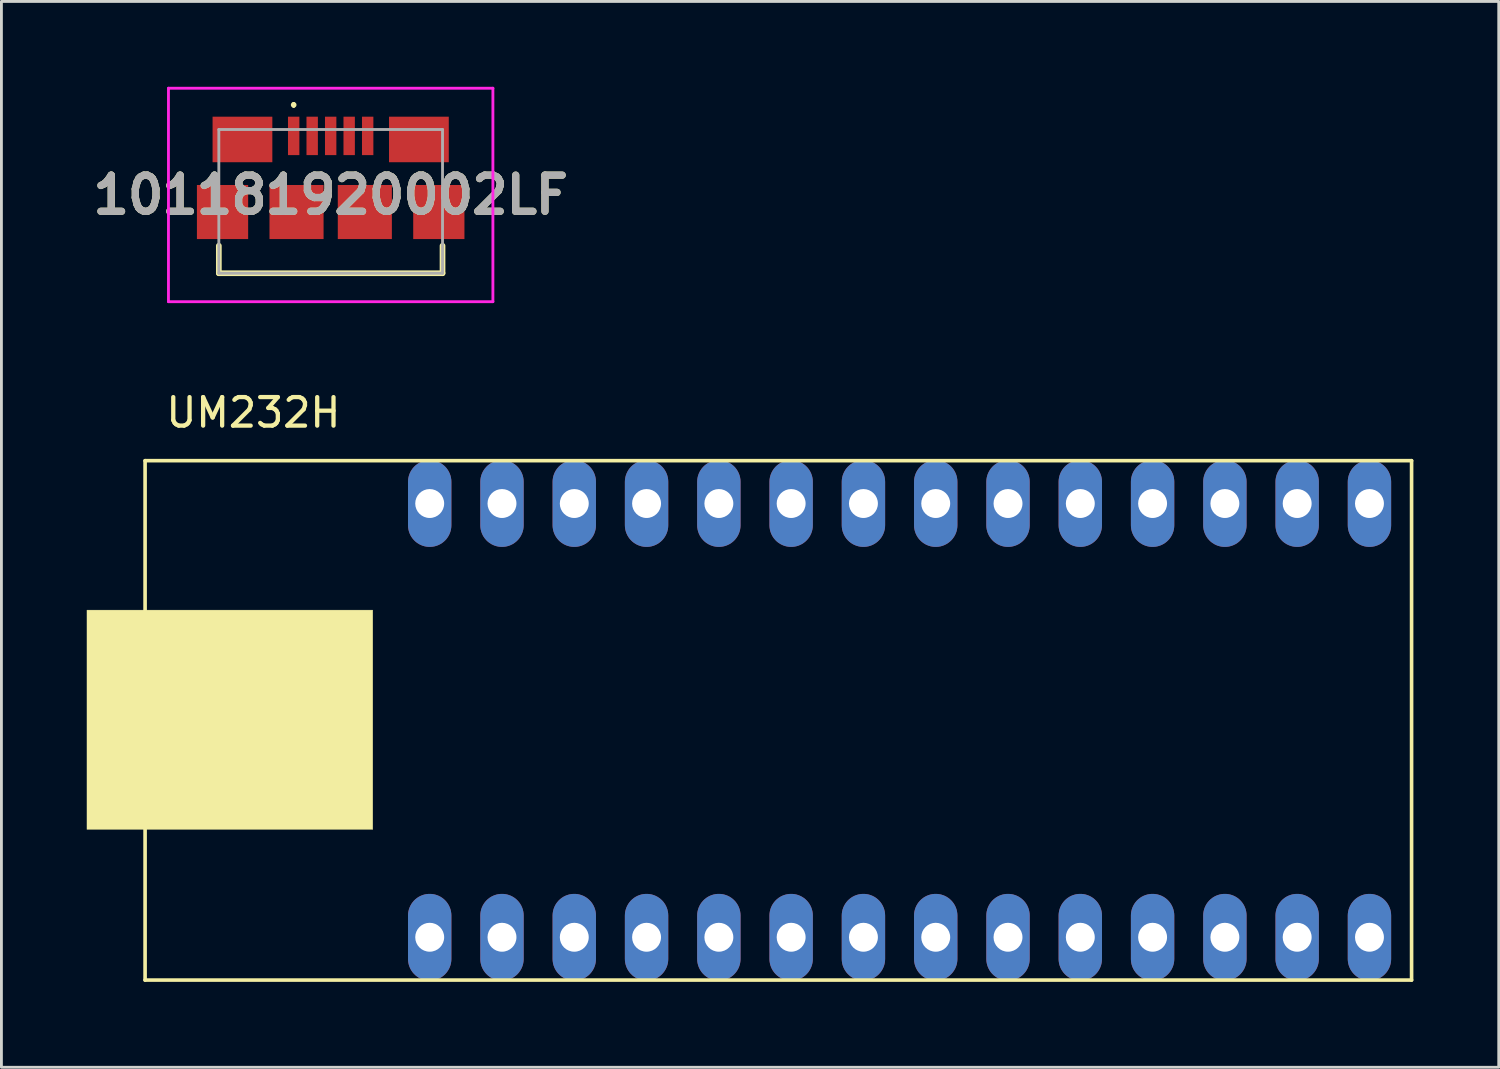
<source format=kicad_pcb>
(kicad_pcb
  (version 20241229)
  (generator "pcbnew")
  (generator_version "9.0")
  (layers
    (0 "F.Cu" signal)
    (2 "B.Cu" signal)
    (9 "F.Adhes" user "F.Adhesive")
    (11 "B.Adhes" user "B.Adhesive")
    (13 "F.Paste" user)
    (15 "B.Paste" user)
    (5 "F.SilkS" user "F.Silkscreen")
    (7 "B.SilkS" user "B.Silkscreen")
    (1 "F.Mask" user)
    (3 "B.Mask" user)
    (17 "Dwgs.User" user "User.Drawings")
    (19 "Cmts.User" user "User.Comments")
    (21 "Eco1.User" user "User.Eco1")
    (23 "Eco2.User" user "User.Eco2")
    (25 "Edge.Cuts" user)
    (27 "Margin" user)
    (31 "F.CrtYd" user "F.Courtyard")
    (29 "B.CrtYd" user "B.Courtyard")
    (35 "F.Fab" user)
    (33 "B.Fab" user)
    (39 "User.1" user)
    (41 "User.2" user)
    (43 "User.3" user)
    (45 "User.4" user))
  (footprint "101181920002LF"
    (layer "F.Cu")
    (at 8.569 4.025)
    (property "Reference" "101181920002LF" (at 0 -0.225 0) (layer "F.SilkS") (effects (font (size 1.27 1.27) (thickness 0.254))))
    (attr smd)
    (fp_line (start -3.93 1.56) (end -3.93 2.525) (stroke (width 0.2) (type solid)) (layer "F.SilkS"))
    (fp_line (start -3.93 2.525) (end 3.93 2.525) (stroke (width 0.2) (type solid)) (layer "F.SilkS"))
    (fp_line (start -1.3 -3.44) (end -1.3 -3.44) (stroke (width 0.1) (type solid)) (layer "F.SilkS"))
    (fp_line (start -1.3 -3.34) (end -1.3 -3.34) (stroke (width 0.1) (type solid)) (layer "F.SilkS"))
    (fp_line (start 3.93 2.525) (end 3.93 1.56) (stroke (width 0.2) (type solid)) (layer "F.SilkS"))
    (fp_arc (start -1.3 -3.44) (mid -1.25 -3.39) (end -1.3 -3.34) (stroke (width 0.1) (type solid)) (layer "F.SilkS"))
    (fp_arc (start -1.3 -3.34) (mid -1.35 -3.39) (end -1.3 -3.44) (stroke (width 0.1) (type solid)) (layer "F.SilkS"))
    (fp_line (start -5.7 -3.975) (end 5.7 -3.975) (stroke (width 0.1) (type solid)) (layer "F.CrtYd"))
    (fp_line (start -5.7 3.525) (end -5.7 -3.975) (stroke (width 0.1) (type solid)) (layer "F.CrtYd"))
    (fp_line (start 5.7 -3.975) (end 5.7 3.525) (stroke (width 0.1) (type solid)) (layer "F.CrtYd"))
    (fp_line (start 5.7 3.525) (end -5.7 3.525) (stroke (width 0.1) (type solid)) (layer "F.CrtYd"))
    (fp_line (start -3.93 -2.525) (end 3.93 -2.525) (stroke (width 0.1) (type solid)) (layer "F.Fab"))
    (fp_line (start -3.93 2.525) (end -3.93 -2.525) (stroke (width 0.1) (type solid)) (layer "F.Fab"))
    (fp_line (start 3.93 -2.525) (end 3.93 2.525) (stroke (width 0.1) (type solid)) (layer "F.Fab"))
    (fp_line (start 3.93 2.525) (end -3.93 2.525) (stroke (width 0.1) (type solid)) (layer "F.Fab"))
    (fp_text user "${REFERENCE}" (at 0 -0.225 0) (layer "F.Fab") (effects (font (size 1.27 1.27) (thickness 0.254))))
    (pad "1" smd rect (at -1.3 -2.3) (size 0.4 1.35) (layers "F.Cu" "F.Mask" "F.Paste"))
    (pad "2" smd rect (at -0.65 -2.3) (size 0.4 1.35) (layers "F.Cu" "F.Mask" "F.Paste"))
    (pad "3" smd rect (at 0 -2.3) (size 0.4 1.35) (layers "F.Cu" "F.Mask" "F.Paste"))
    (pad "4" smd rect (at 0.65 -2.3) (size 0.4 1.35) (layers "F.Cu" "F.Mask" "F.Paste"))
    (pad "5" smd rect (at 1.3 -2.3) (size 0.4 1.35) (layers "F.Cu" "F.Mask" "F.Paste"))
    (pad "MP1" smd rect (at -3.1 -2.175 90) (size 1.6 2.1) (layers "F.Cu" "F.Mask" "F.Paste"))
    (pad "MP2" smd rect (at 3.1 -2.175 90) (size 1.6 2.1) (layers "F.Cu" "F.Mask" "F.Paste"))
    (pad "MP3" smd rect (at -3.8 0.375) (size 1.8 1.9) (layers "F.Cu" "F.Mask" "F.Paste"))
    (pad "MP4" smd rect (at 3.8 0.375) (size 1.8 1.9) (layers "F.Cu" "F.Mask" "F.Paste"))
    (pad "MP5" smd rect (at -1.2 0.375) (size 1.9 1.9) (layers "F.Cu" "F.Mask" "F.Paste"))
    (pad "MP6" smd rect (at 1.2 0.375) (size 1.9 1.9) (layers "F.Cu" "F.Mask" "F.Paste")))
  (footprint "UM232H"
    (layer "F.Cu")
    (at 24.298 22.262)
    (property "Reference" "UM232H" (at -18.445 -10.813 0) (layer "F.SilkS") (effects (font (size 1.002 1.002) (thickness 0.15))))
    (attr through_hole)
    (fp_line (start -22.25 -9.125) (end 22.25 -9.125) (stroke (width 0.127) (type solid)) (layer "F.SilkS"))
    (fp_line (start -22.25 9.125) (end -22.25 -9.125) (stroke (width 0.127) (type solid)) (layer "F.SilkS"))
    (fp_line (start 22.25 -9.125) (end 22.25 9.125) (stroke (width 0.127) (type solid)) (layer "F.SilkS"))
    (fp_line (start 22.25 9.125) (end -22.25 9.125) (stroke (width 0.127) (type solid)) (layer "F.SilkS"))
    (fp_poly (pts (xy -24.293 -3.875) (xy -14.25 -3.875) (xy -14.25 3.832) (xy -24.293 3.832)) (stroke (width 0.01) (type solid)) (fill yes) (layer "F.SilkS"))
    (pad "J1-1" thru_hole oval (at -12.25 -7.62) (size 1.524 3.048) (drill 1.016) (layers "*.Cu" "*.Mask"))
    (pad "J1-2" thru_hole oval (at -9.71 -7.62) (size 1.524 3.048) (drill 1.016) (layers "*.Cu" "*.Mask"))
    (pad "J1-3" thru_hole oval (at -7.17 -7.62) (size 1.524 3.048) (drill 1.016) (layers "*.Cu" "*.Mask"))
    (pad "J1-4" thru_hole oval (at -4.63 -7.62) (size 1.524 3.048) (drill 1.016) (layers "*.Cu" "*.Mask"))
    (pad "J1-5" thru_hole oval (at -2.09 -7.62) (size 1.524 3.048) (drill 1.016) (layers "*.Cu" "*.Mask"))
    (pad "J1-6" thru_hole oval (at 0.45 -7.62) (size 1.524 3.048) (drill 1.016) (layers "*.Cu" "*.Mask"))
    (pad "J1-7" thru_hole oval (at 2.99 -7.62) (size 1.524 3.048) (drill 1.016) (layers "*.Cu" "*.Mask"))
    (pad "J1-8" thru_hole oval (at 5.53 -7.62) (size 1.524 3.048) (drill 1.016) (layers "*.Cu" "*.Mask"))
    (pad "J1-9" thru_hole oval (at 8.07 -7.62) (size 1.524 3.048) (drill 1.016) (layers "*.Cu" "*.Mask"))
    (pad "J1-10" thru_hole oval (at 10.61 -7.62) (size 1.524 3.048) (drill 1.016) (layers "*.Cu" "*.Mask"))
    (pad "J1-11" thru_hole oval (at 13.15 -7.62) (size 1.524 3.048) (drill 1.016) (layers "*.Cu" "*.Mask"))
    (pad "J1-12" thru_hole oval (at 15.69 -7.62) (size 1.524 3.048) (drill 1.016) (layers "*.Cu" "*.Mask"))
    (pad "J1-13" thru_hole oval (at 18.23 -7.62) (size 1.524 3.048) (drill 1.016) (layers "*.Cu" "*.Mask"))
    (pad "J1-14" thru_hole oval (at 20.77 -7.62) (size 1.524 3.048) (drill 1.016) (layers "*.Cu" "*.Mask"))
    (pad "J2-1" thru_hole oval (at -12.25 7.62) (size 1.524 3.048) (drill 1.016) (layers "*.Cu" "*.Mask"))
    (pad "J2-2" thru_hole oval (at -9.71 7.62) (size 1.524 3.048) (drill 1.016) (layers "*.Cu" "*.Mask"))
    (pad "J2-3" thru_hole oval (at -7.17 7.62) (size 1.524 3.048) (drill 1.016) (layers "*.Cu" "*.Mask"))
    (pad "J2-4" thru_hole oval (at -4.63 7.62) (size 1.524 3.048) (drill 1.016) (layers "*.Cu" "*.Mask"))
    (pad "J2-5" thru_hole oval (at -2.09 7.62) (size 1.524 3.048) (drill 1.016) (layers "*.Cu" "*.Mask"))
    (pad "J2-6" thru_hole oval (at 0.45 7.62) (size 1.524 3.048) (drill 1.016) (layers "*.Cu" "*.Mask"))
    (pad "J2-7" thru_hole oval (at 2.99 7.62) (size 1.524 3.048) (drill 1.016) (layers "*.Cu" "*.Mask"))
    (pad "J2-8" thru_hole oval (at 5.53 7.62) (size 1.524 3.048) (drill 1.016) (layers "*.Cu" "*.Mask"))
    (pad "J2-9" thru_hole oval (at 8.07 7.62) (size 1.524 3.048) (drill 1.016) (layers "*.Cu" "*.Mask"))
    (pad "J2-10" thru_hole oval (at 10.61 7.62) (size 1.524 3.048) (drill 1.016) (layers "*.Cu" "*.Mask"))
    (pad "J2-11" thru_hole oval (at 13.15 7.62) (size 1.524 3.048) (drill 1.016) (layers "*.Cu" "*.Mask"))
    (pad "J2-12" thru_hole oval (at 15.69 7.62) (size 1.524 3.048) (drill 1.016) (layers "*.Cu" "*.Mask"))
    (pad "J2-13" thru_hole oval (at 18.23 7.62) (size 1.524 3.048) (drill 1.016) (layers "*.Cu" "*.Mask"))
    (pad "J2-14" thru_hole oval (at 20.77 7.62) (size 1.524 3.048) (drill 1.016) (layers "*.Cu" "*.Mask")))
  (gr_rect
    (start -3 -3)
    (end 49.611 34.45)
    (stroke (width 0.1) (type default))
    (fill no)
    (layer "Edge.Cuts")))
</source>
